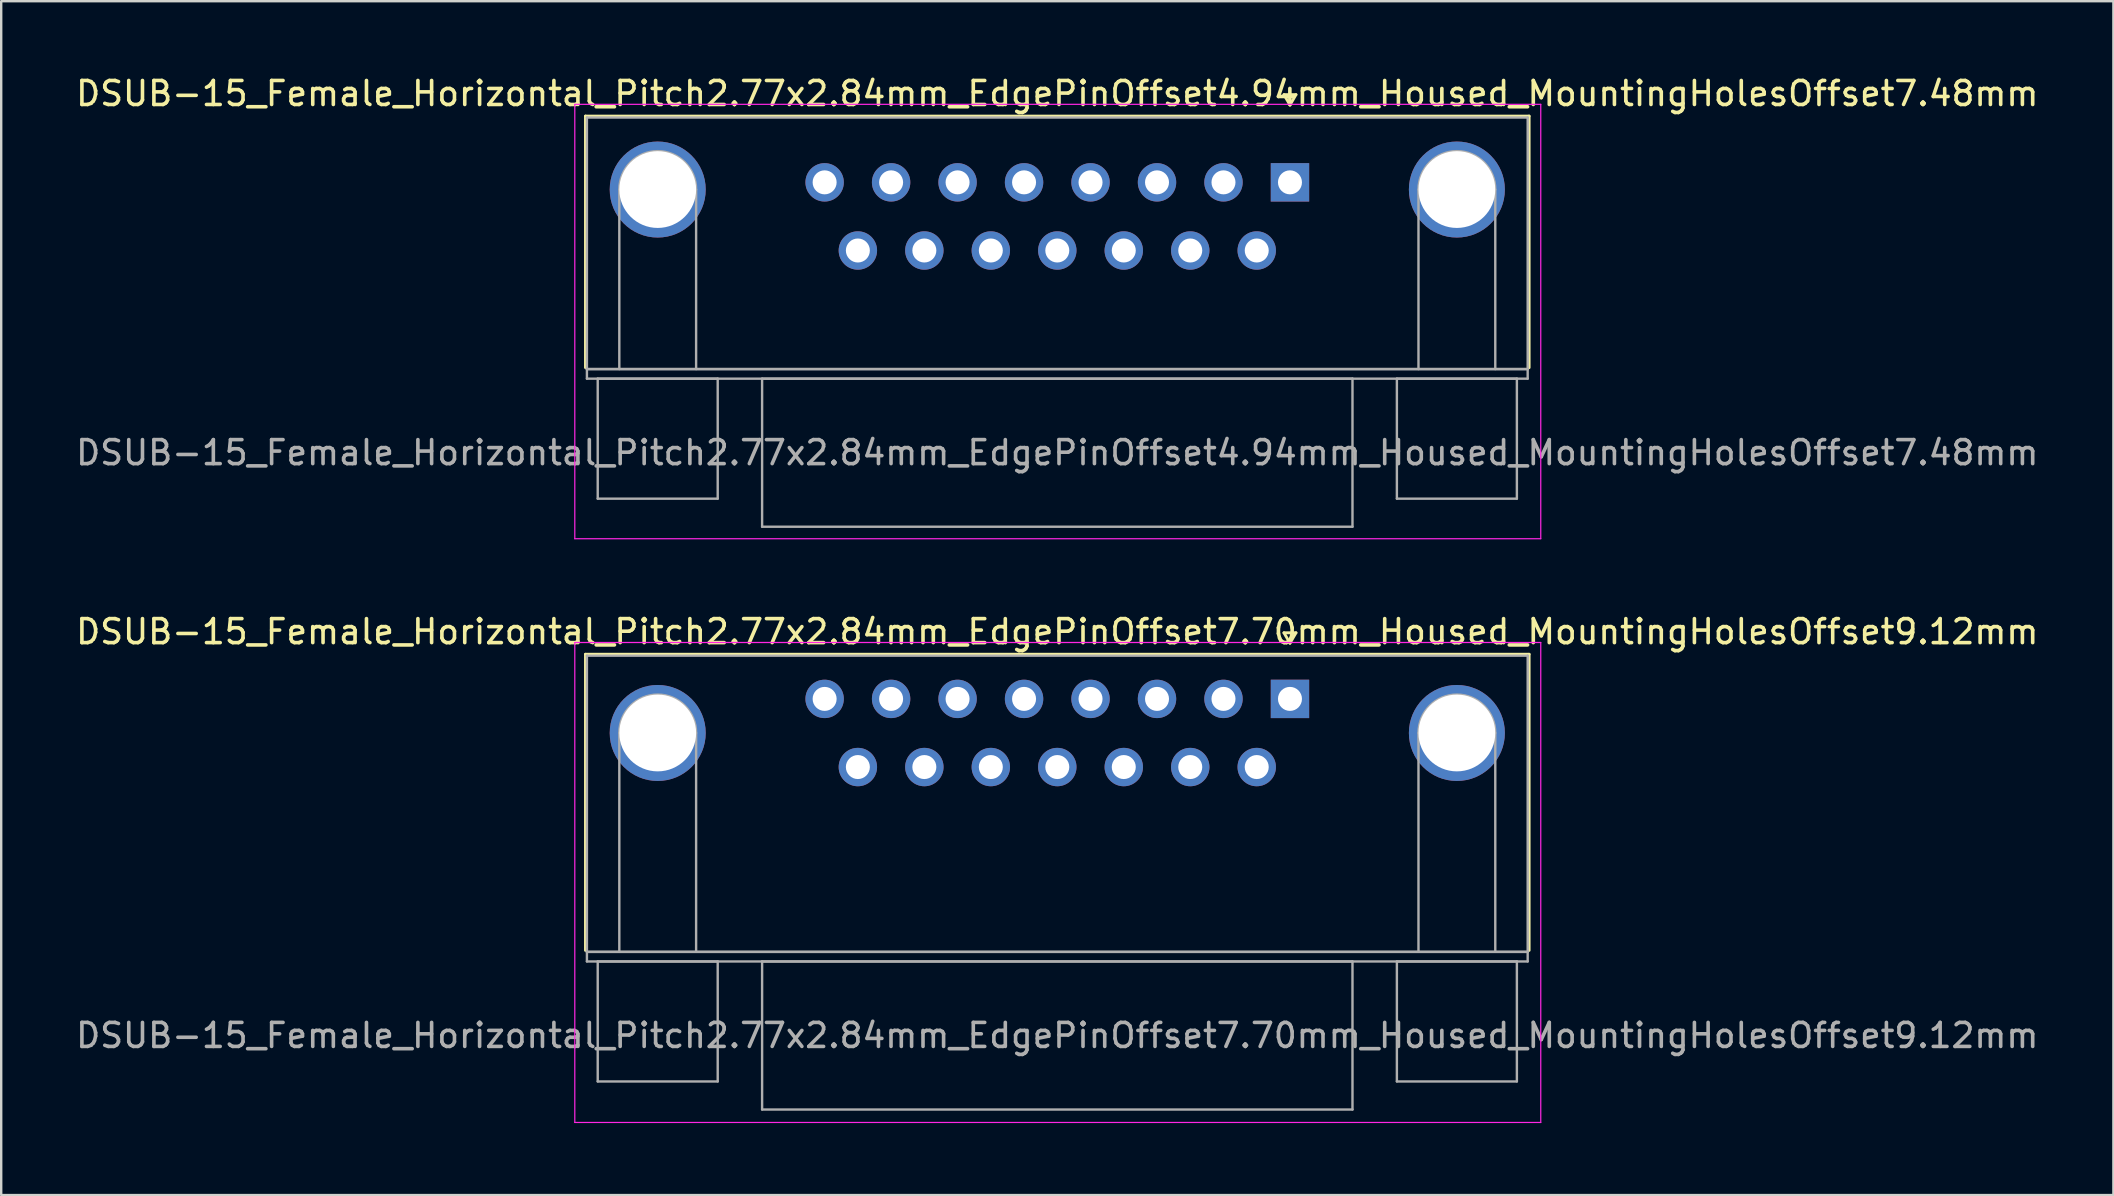
<source format=kicad_pcb>
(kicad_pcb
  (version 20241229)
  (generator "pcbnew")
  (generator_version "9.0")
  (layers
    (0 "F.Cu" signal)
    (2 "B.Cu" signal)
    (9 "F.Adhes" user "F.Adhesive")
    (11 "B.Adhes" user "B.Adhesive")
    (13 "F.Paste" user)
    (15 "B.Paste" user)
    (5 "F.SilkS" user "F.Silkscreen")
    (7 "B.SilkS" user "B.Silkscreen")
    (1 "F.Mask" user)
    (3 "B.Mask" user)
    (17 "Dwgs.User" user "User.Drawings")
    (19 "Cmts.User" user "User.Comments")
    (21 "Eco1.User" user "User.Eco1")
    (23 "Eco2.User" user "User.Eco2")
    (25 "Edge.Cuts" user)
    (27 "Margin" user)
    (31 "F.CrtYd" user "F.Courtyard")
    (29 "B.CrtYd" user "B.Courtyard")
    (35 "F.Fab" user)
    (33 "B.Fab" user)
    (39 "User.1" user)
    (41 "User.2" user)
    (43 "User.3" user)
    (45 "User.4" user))
  (footprint "DSUB-15_Female_Horizontal_Pitch2.77x2.84mm_EdgePinOffset7.70mm_Housed_MountingHolesOffset9.12mm"
    (layer "F.Cu")
    (at 50.701 26.072)
    (property "Reference" "DSUB-15_Female_Horizontal_Pitch2.77x2.84mm_EdgePinOffset7.70mm_Housed_MountingHolesOffset9.12mm" (at -9.695 -2.8 0) (layer "F.SilkS") (effects (font (size 1 1) (thickness 0.15))))
    (attr through_hole)
    (fp_line (start -29.355 -1.86) (end 9.965 -1.86) (stroke (width 0.12) (type solid)) (layer "F.SilkS"))
    (fp_line (start -29.355 10.48) (end -29.355 -1.86) (stroke (width 0.12) (type solid)) (layer "F.SilkS"))
    (fp_line (start -0.25 -2.754) (end 0.25 -2.754) (stroke (width 0.12) (type solid)) (layer "F.SilkS"))
    (fp_line (start 0 -2.321) (end -0.25 -2.754) (stroke (width 0.12) (type solid)) (layer "F.SilkS"))
    (fp_line (start 0.25 -2.754) (end 0 -2.321) (stroke (width 0.12) (type solid)) (layer "F.SilkS"))
    (fp_line (start 9.965 -1.86) (end 9.965 10.48) (stroke (width 0.12) (type solid)) (layer "F.SilkS"))
    (fp_line (start -29.8 -2.35) (end -29.8 17.65) (stroke (width 0.05) (type solid)) (layer "F.CrtYd"))
    (fp_line (start -29.8 17.65) (end 10.45 17.65) (stroke (width 0.05) (type solid)) (layer "F.CrtYd"))
    (fp_line (start 10.45 -2.35) (end -29.8 -2.35) (stroke (width 0.05) (type solid)) (layer "F.CrtYd"))
    (fp_line (start 10.45 17.65) (end 10.45 -2.35) (stroke (width 0.05) (type solid)) (layer "F.CrtYd"))
    (fp_line (start -29.295 -1.8) (end -29.295 10.54) (stroke (width 0.1) (type solid)) (layer "F.Fab"))
    (fp_line (start -29.295 10.54) (end -29.295 10.94) (stroke (width 0.1) (type solid)) (layer "F.Fab"))
    (fp_line (start -29.295 10.54) (end 9.905 10.54) (stroke (width 0.1) (type solid)) (layer "F.Fab"))
    (fp_line (start -29.295 10.94) (end 9.905 10.94) (stroke (width 0.1) (type solid)) (layer "F.Fab"))
    (fp_line (start -28.845 10.94) (end -28.845 15.94) (stroke (width 0.1) (type solid)) (layer "F.Fab"))
    (fp_line (start -28.845 15.94) (end -23.845 15.94) (stroke (width 0.1) (type solid)) (layer "F.Fab"))
    (fp_line (start -27.945 10.54) (end -27.945 1.42) (stroke (width 0.1) (type solid)) (layer "F.Fab"))
    (fp_line (start -24.745 10.54) (end -24.745 1.42) (stroke (width 0.1) (type solid)) (layer "F.Fab"))
    (fp_line (start -23.845 10.94) (end -28.845 10.94) (stroke (width 0.1) (type solid)) (layer "F.Fab"))
    (fp_line (start -23.845 15.94) (end -23.845 10.94) (stroke (width 0.1) (type solid)) (layer "F.Fab"))
    (fp_line (start -21.995 10.94) (end -21.995 17.11) (stroke (width 0.1) (type solid)) (layer "F.Fab"))
    (fp_line (start -21.995 17.11) (end 2.605 17.11) (stroke (width 0.1) (type solid)) (layer "F.Fab"))
    (fp_line (start 2.605 10.94) (end -21.995 10.94) (stroke (width 0.1) (type solid)) (layer "F.Fab"))
    (fp_line (start 2.605 17.11) (end 2.605 10.94) (stroke (width 0.1) (type solid)) (layer "F.Fab"))
    (fp_line (start 4.455 10.94) (end 4.455 15.94) (stroke (width 0.1) (type solid)) (layer "F.Fab"))
    (fp_line (start 4.455 15.94) (end 9.455 15.94) (stroke (width 0.1) (type solid)) (layer "F.Fab"))
    (fp_line (start 5.355 10.54) (end 5.355 1.42) (stroke (width 0.1) (type solid)) (layer "F.Fab"))
    (fp_line (start 8.555 10.54) (end 8.555 1.42) (stroke (width 0.1) (type solid)) (layer "F.Fab"))
    (fp_line (start 9.455 10.94) (end 4.455 10.94) (stroke (width 0.1) (type solid)) (layer "F.Fab"))
    (fp_line (start 9.455 15.94) (end 9.455 10.94) (stroke (width 0.1) (type solid)) (layer "F.Fab"))
    (fp_line (start 9.905 -1.8) (end -29.295 -1.8) (stroke (width 0.1) (type solid)) (layer "F.Fab"))
    (fp_line (start 9.905 10.54) (end -29.295 10.54) (stroke (width 0.1) (type solid)) (layer "F.Fab"))
    (fp_line (start 9.905 10.54) (end 9.905 -1.8) (stroke (width 0.1) (type solid)) (layer "F.Fab"))
    (fp_line (start 9.905 10.94) (end 9.905 10.54) (stroke (width 0.1) (type solid)) (layer "F.Fab"))
    (fp_arc (start -27.945 1.42) (mid -26.345 -0.18) (end -24.745 1.42) (stroke (width 0.1) (type solid)) (layer "F.Fab"))
    (fp_arc (start 5.355 1.42) (mid 6.955 -0.18) (end 8.555 1.42) (stroke (width 0.1) (type solid)) (layer "F.Fab"))
    (fp_text user "${REFERENCE}" (at -9.695 14.025 0) (layer "F.Fab") (effects (font (size 1 1) (thickness 0.15))))
    (pad "0" thru_hole circle (at -26.345 1.42) (size 4 4) (drill 3.2) (layers "*.Cu" "*.Mask"))
    (pad "0" thru_hole circle (at 6.955 1.42) (size 4 4) (drill 3.2) (layers "*.Cu" "*.Mask"))
    (pad "1" thru_hole rect (at 0 0) (size 1.6 1.6) (drill 1) (layers "*.Cu" "*.Mask"))
    (pad "2" thru_hole circle (at -2.77 0) (size 1.6 1.6) (drill 1) (layers "*.Cu" "*.Mask"))
    (pad "3" thru_hole circle (at -5.54 0) (size 1.6 1.6) (drill 1) (layers "*.Cu" "*.Mask"))
    (pad "4" thru_hole circle (at -8.31 0) (size 1.6 1.6) (drill 1) (layers "*.Cu" "*.Mask"))
    (pad "5" thru_hole circle (at -11.08 0) (size 1.6 1.6) (drill 1) (layers "*.Cu" "*.Mask"))
    (pad "6" thru_hole circle (at -13.85 0) (size 1.6 1.6) (drill 1) (layers "*.Cu" "*.Mask"))
    (pad "7" thru_hole circle (at -16.62 0) (size 1.6 1.6) (drill 1) (layers "*.Cu" "*.Mask"))
    (pad "8" thru_hole circle (at -19.39 0) (size 1.6 1.6) (drill 1) (layers "*.Cu" "*.Mask"))
    (pad "9" thru_hole circle (at -1.385 2.84) (size 1.6 1.6) (drill 1) (layers "*.Cu" "*.Mask"))
    (pad "10" thru_hole circle (at -4.155 2.84) (size 1.6 1.6) (drill 1) (layers "*.Cu" "*.Mask"))
    (pad "11" thru_hole circle (at -6.925 2.84) (size 1.6 1.6) (drill 1) (layers "*.Cu" "*.Mask"))
    (pad "12" thru_hole circle (at -9.695 2.84) (size 1.6 1.6) (drill 1) (layers "*.Cu" "*.Mask"))
    (pad "13" thru_hole circle (at -12.465 2.84) (size 1.6 1.6) (drill 1) (layers "*.Cu" "*.Mask"))
    (pad "14" thru_hole circle (at -15.235 2.84) (size 1.6 1.6) (drill 1) (layers "*.Cu" "*.Mask"))
    (pad "15" thru_hole circle (at -18.005 2.84) (size 1.6 1.6) (drill 1) (layers "*.Cu" "*.Mask")))
  (footprint "DSUB-15_Female_Horizontal_Pitch2.77x2.84mm_EdgePinOffset4.94mm_Housed_MountingHolesOffset7.48mm"
    (layer "F.Cu")
    (at 50.701 4.548)
    (property "Reference" "DSUB-15_Female_Horizontal_Pitch2.77x2.84mm_EdgePinOffset4.94mm_Housed_MountingHolesOffset7.48mm" (at -9.695 -3.7 0) (layer "F.SilkS") (effects (font (size 1 1) (thickness 0.15))))
    (attr through_hole)
    (fp_line (start -29.355 -2.76) (end 9.965 -2.76) (stroke (width 0.12) (type solid)) (layer "F.SilkS"))
    (fp_line (start -29.355 7.72) (end -29.355 -2.76) (stroke (width 0.12) (type solid)) (layer "F.SilkS"))
    (fp_line (start -0.25 -3.654) (end 0.25 -3.654) (stroke (width 0.12) (type solid)) (layer "F.SilkS"))
    (fp_line (start 0 -3.221) (end -0.25 -3.654) (stroke (width 0.12) (type solid)) (layer "F.SilkS"))
    (fp_line (start 0.25 -3.654) (end 0 -3.221) (stroke (width 0.12) (type solid)) (layer "F.SilkS"))
    (fp_line (start 9.965 -2.76) (end 9.965 7.72) (stroke (width 0.12) (type solid)) (layer "F.SilkS"))
    (fp_line (start -29.8 -3.25) (end -29.8 14.85) (stroke (width 0.05) (type solid)) (layer "F.CrtYd"))
    (fp_line (start -29.8 14.85) (end 10.45 14.85) (stroke (width 0.05) (type solid)) (layer "F.CrtYd"))
    (fp_line (start 10.45 -3.25) (end -29.8 -3.25) (stroke (width 0.05) (type solid)) (layer "F.CrtYd"))
    (fp_line (start 10.45 14.85) (end 10.45 -3.25) (stroke (width 0.05) (type solid)) (layer "F.CrtYd"))
    (fp_line (start -29.295 -2.7) (end -29.295 7.78) (stroke (width 0.1) (type solid)) (layer "F.Fab"))
    (fp_line (start -29.295 7.78) (end -29.295 8.18) (stroke (width 0.1) (type solid)) (layer "F.Fab"))
    (fp_line (start -29.295 7.78) (end 9.905 7.78) (stroke (width 0.1) (type solid)) (layer "F.Fab"))
    (fp_line (start -29.295 8.18) (end 9.905 8.18) (stroke (width 0.1) (type solid)) (layer "F.Fab"))
    (fp_line (start -28.845 8.18) (end -28.845 13.18) (stroke (width 0.1) (type solid)) (layer "F.Fab"))
    (fp_line (start -28.845 13.18) (end -23.845 13.18) (stroke (width 0.1) (type solid)) (layer "F.Fab"))
    (fp_line (start -27.945 7.78) (end -27.945 0.3) (stroke (width 0.1) (type solid)) (layer "F.Fab"))
    (fp_line (start -24.745 7.78) (end -24.745 0.3) (stroke (width 0.1) (type solid)) (layer "F.Fab"))
    (fp_line (start -23.845 8.18) (end -28.845 8.18) (stroke (width 0.1) (type solid)) (layer "F.Fab"))
    (fp_line (start -23.845 13.18) (end -23.845 8.18) (stroke (width 0.1) (type solid)) (layer "F.Fab"))
    (fp_line (start -21.995 8.18) (end -21.995 14.35) (stroke (width 0.1) (type solid)) (layer "F.Fab"))
    (fp_line (start -21.995 14.35) (end 2.605 14.35) (stroke (width 0.1) (type solid)) (layer "F.Fab"))
    (fp_line (start 2.605 8.18) (end -21.995 8.18) (stroke (width 0.1) (type solid)) (layer "F.Fab"))
    (fp_line (start 2.605 14.35) (end 2.605 8.18) (stroke (width 0.1) (type solid)) (layer "F.Fab"))
    (fp_line (start 4.455 8.18) (end 4.455 13.18) (stroke (width 0.1) (type solid)) (layer "F.Fab"))
    (fp_line (start 4.455 13.18) (end 9.455 13.18) (stroke (width 0.1) (type solid)) (layer "F.Fab"))
    (fp_line (start 5.355 7.78) (end 5.355 0.3) (stroke (width 0.1) (type solid)) (layer "F.Fab"))
    (fp_line (start 8.555 7.78) (end 8.555 0.3) (stroke (width 0.1) (type solid)) (layer "F.Fab"))
    (fp_line (start 9.455 8.18) (end 4.455 8.18) (stroke (width 0.1) (type solid)) (layer "F.Fab"))
    (fp_line (start 9.455 13.18) (end 9.455 8.18) (stroke (width 0.1) (type solid)) (layer "F.Fab"))
    (fp_line (start 9.905 -2.7) (end -29.295 -2.7) (stroke (width 0.1) (type solid)) (layer "F.Fab"))
    (fp_line (start 9.905 7.78) (end -29.295 7.78) (stroke (width 0.1) (type solid)) (layer "F.Fab"))
    (fp_line (start 9.905 7.78) (end 9.905 -2.7) (stroke (width 0.1) (type solid)) (layer "F.Fab"))
    (fp_line (start 9.905 8.18) (end 9.905 7.78) (stroke (width 0.1) (type solid)) (layer "F.Fab"))
    (fp_arc (start -27.945 0.3) (mid -26.345 -1.3) (end -24.745 0.3) (stroke (width 0.1) (type solid)) (layer "F.Fab"))
    (fp_arc (start 5.355 0.3) (mid 6.955 -1.3) (end 8.555 0.3) (stroke (width 0.1) (type solid)) (layer "F.Fab"))
    (fp_text user "${REFERENCE}" (at -9.695 11.265 0) (layer "F.Fab") (effects (font (size 1 1) (thickness 0.15))))
    (pad "0" thru_hole circle (at -26.345 0.3) (size 4 4) (drill 3.2) (layers "*.Cu" "*.Mask"))
    (pad "0" thru_hole circle (at 6.955 0.3) (size 4 4) (drill 3.2) (layers "*.Cu" "*.Mask"))
    (pad "1" thru_hole rect (at 0 0) (size 1.6 1.6) (drill 1) (layers "*.Cu" "*.Mask"))
    (pad "2" thru_hole circle (at -2.77 0) (size 1.6 1.6) (drill 1) (layers "*.Cu" "*.Mask"))
    (pad "3" thru_hole circle (at -5.54 0) (size 1.6 1.6) (drill 1) (layers "*.Cu" "*.Mask"))
    (pad "4" thru_hole circle (at -8.31 0) (size 1.6 1.6) (drill 1) (layers "*.Cu" "*.Mask"))
    (pad "5" thru_hole circle (at -11.08 0) (size 1.6 1.6) (drill 1) (layers "*.Cu" "*.Mask"))
    (pad "6" thru_hole circle (at -13.85 0) (size 1.6 1.6) (drill 1) (layers "*.Cu" "*.Mask"))
    (pad "7" thru_hole circle (at -16.62 0) (size 1.6 1.6) (drill 1) (layers "*.Cu" "*.Mask"))
    (pad "8" thru_hole circle (at -19.39 0) (size 1.6 1.6) (drill 1) (layers "*.Cu" "*.Mask"))
    (pad "9" thru_hole circle (at -1.385 2.84) (size 1.6 1.6) (drill 1) (layers "*.Cu" "*.Mask"))
    (pad "10" thru_hole circle (at -4.155 2.84) (size 1.6 1.6) (drill 1) (layers "*.Cu" "*.Mask"))
    (pad "11" thru_hole circle (at -6.925 2.84) (size 1.6 1.6) (drill 1) (layers "*.Cu" "*.Mask"))
    (pad "12" thru_hole circle (at -9.695 2.84) (size 1.6 1.6) (drill 1) (layers "*.Cu" "*.Mask"))
    (pad "13" thru_hole circle (at -12.465 2.84) (size 1.6 1.6) (drill 1) (layers "*.Cu" "*.Mask"))
    (pad "14" thru_hole circle (at -15.235 2.84) (size 1.6 1.6) (drill 1) (layers "*.Cu" "*.Mask"))
    (pad "15" thru_hole circle (at -18.005 2.84) (size 1.6 1.6) (drill 1) (layers "*.Cu" "*.Mask")))
  (gr_rect
    (start -3 -3)
    (end 85.012 46.746)
    (stroke (width 0.1) (type default))
    (fill no)
    (layer "Edge.Cuts")))
</source>
